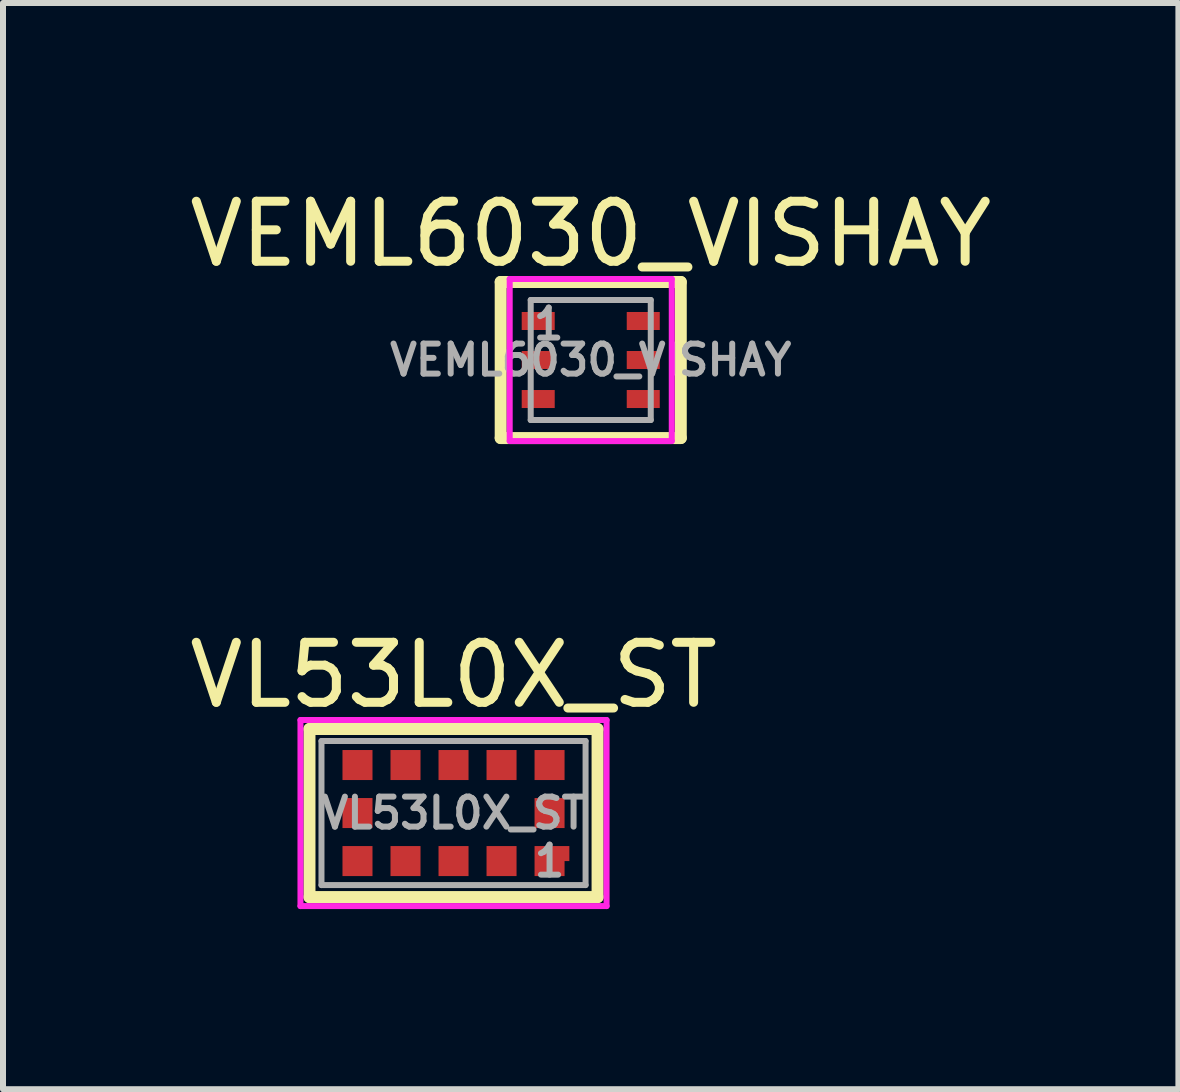
<source format=kicad_pcb>
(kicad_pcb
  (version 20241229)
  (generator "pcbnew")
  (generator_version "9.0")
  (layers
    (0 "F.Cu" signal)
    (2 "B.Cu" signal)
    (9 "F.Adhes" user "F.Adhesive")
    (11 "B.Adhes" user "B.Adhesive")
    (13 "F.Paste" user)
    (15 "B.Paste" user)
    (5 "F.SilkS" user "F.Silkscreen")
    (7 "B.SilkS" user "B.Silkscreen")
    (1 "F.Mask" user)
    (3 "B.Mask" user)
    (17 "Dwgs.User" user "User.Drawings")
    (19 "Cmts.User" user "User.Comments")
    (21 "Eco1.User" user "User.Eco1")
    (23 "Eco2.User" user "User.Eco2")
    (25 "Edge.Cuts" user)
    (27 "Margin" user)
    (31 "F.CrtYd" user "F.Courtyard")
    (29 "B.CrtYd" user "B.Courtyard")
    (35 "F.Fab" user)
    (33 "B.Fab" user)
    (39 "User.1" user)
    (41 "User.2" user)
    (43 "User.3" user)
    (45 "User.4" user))
  (footprint "VEML6030_VISHAY"
    (layer "F.Cu")
    (at 6.792 2.948)
    (property "Reference" "VEML6030_VISHAY" (at 0 0 0) (layer "F.Fab") (effects (font (size 0.5 0.5) (thickness 0.1))))
    (attr through_hole)
    (fp_line (start -1.5 -1.3) (end 1.5 -1.3) (stroke (width 0.2) (type solid)) (layer "F.SilkS"))
    (fp_line (start -1.5 1.3) (end -1.5 -1.3) (stroke (width 0.2) (type solid)) (layer "F.SilkS"))
    (fp_line (start 1.5 -1.3) (end 1.5 1.3) (stroke (width 0.2) (type solid)) (layer "F.SilkS"))
    (fp_line (start 1.5 1.3) (end -1.5 1.3) (stroke (width 0.2) (type solid)) (layer "F.SilkS"))
    (fp_line (start -1.35 -1.35) (end 1.35 -1.35) (stroke (width 0.1) (type solid)) (layer "F.CrtYd"))
    (fp_line (start -1.35 1.35) (end -1.35 -1.35) (stroke (width 0.1) (type solid)) (layer "F.CrtYd"))
    (fp_line (start 1.35 -1.35) (end 1.35 1.35) (stroke (width 0.1) (type solid)) (layer "F.CrtYd"))
    (fp_line (start 1.35 1.35) (end -1.35 1.35) (stroke (width 0.1) (type solid)) (layer "F.CrtYd"))
    (fp_line (start -1 -1) (end 1 -1) (stroke (width 0.1) (type solid)) (layer "F.Fab"))
    (fp_line (start -1 1) (end -1 -1) (stroke (width 0.1) (type solid)) (layer "F.Fab"))
    (fp_line (start 1 -1) (end 1 1) (stroke (width 0.1) (type solid)) (layer "F.Fab"))
    (fp_line (start 1 1) (end -1 1) (stroke (width 0.1) (type solid)) (layer "F.Fab"))
    (fp_text user "${REFERENCE}" (at 0 -2.1 0) (layer "F.SilkS") (effects (font (size 1 1) (thickness 0.15))))
    (fp_text user "1" (at -0.7 -0.6 0) (layer "F.Fab") (effects (font (size 0.5 0.5) (thickness 0.1))))
    (pad "1" smd rect (at -0.875 -0.65) (size 0.55 0.3) (layers "F.Cu" "F.Mask" "F.Paste"))
    (pad "2" smd rect (at -0.875 0) (size 0.55 0.3) (layers "F.Cu" "F.Mask" "F.Paste"))
    (pad "3" smd rect (at -0.875 0.65) (size 0.55 0.3) (layers "F.Cu" "F.Mask" "F.Paste"))
    (pad "4" smd rect (at 0.875 0.65) (size 0.55 0.3) (layers "F.Cu" "F.Mask" "F.Paste"))
    (pad "5" smd rect (at 0.875 0) (size 0.55 0.3) (layers "F.Cu" "F.Mask" "F.Paste"))
    (pad "6" smd rect (at 0.875 -0.65) (size 0.55 0.3) (layers "F.Cu" "F.Mask" "F.Paste")))
  (footprint "VL53L0X_ST"
    (layer "F.Cu")
    (at 4.506 10.496)
    (property "Reference" "VL53L0X_ST" (at 0 0 0) (layer "F.Fab") (effects (font (size 0.5 0.5) (thickness 0.1))))
    (attr through_hole)
    (fp_line (start -2.4 -1.4) (end 2.4 -1.4) (stroke (width 0.2) (type solid)) (layer "F.SilkS"))
    (fp_line (start -2.4 1.4) (end -2.4 -1.4) (stroke (width 0.2) (type solid)) (layer "F.SilkS"))
    (fp_line (start 2.4 -1.4) (end 2.4 1.4) (stroke (width 0.2) (type solid)) (layer "F.SilkS"))
    (fp_line (start 2.4 1.4) (end -2.4 1.4) (stroke (width 0.2) (type solid)) (layer "F.SilkS"))
    (fp_line (start -2.55 -1.55) (end 2.55 -1.55) (stroke (width 0.1) (type solid)) (layer "F.CrtYd"))
    (fp_line (start -2.55 1.55) (end -2.55 -1.55) (stroke (width 0.1) (type solid)) (layer "F.CrtYd"))
    (fp_line (start 2.55 -1.55) (end 2.55 1.55) (stroke (width 0.1) (type solid)) (layer "F.CrtYd"))
    (fp_line (start 2.55 1.55) (end -2.55 1.55) (stroke (width 0.1) (type solid)) (layer "F.CrtYd"))
    (fp_line (start -2.2 -1.2) (end 2.2 -1.2) (stroke (width 0.1) (type solid)) (layer "F.Fab"))
    (fp_line (start -2.2 1.2) (end -2.2 -1.2) (stroke (width 0.1) (type solid)) (layer "F.Fab"))
    (fp_line (start 2.2 -1.2) (end 2.2 1.2) (stroke (width 0.1) (type solid)) (layer "F.Fab"))
    (fp_line (start 2.2 1.2) (end -2.2 1.2) (stroke (width 0.1) (type solid)) (layer "F.Fab"))
    (fp_text user "${REFERENCE}" (at 0 -2.3 0) (layer "F.SilkS") (effects (font (size 1 1) (thickness 0.15))))
    (fp_text user "1" (at 1.6 0.8 0) (layer "F.Fab") (effects (font (size 0.5 0.5) (thickness 0.1))))
    (pad "1" smd custom (at 1.6 0.8) (size 0.5 0.5) (layers "F.Cu" "F.Mask" "F.Paste") (options (anchor rect)) (primitives (gr_poly (pts (xy 0.25 -0.25) (xy 0.33 -0.25) (xy 0.33 0) (xy 0.25 0)) (width 0) (fill yes))))
    (pad "2" smd rect (at 0.8 0.8) (size 0.5 0.5) (layers "F.Cu" "F.Mask" "F.Paste"))
    (pad "3" smd rect (at 0 0.8) (size 0.5 0.5) (layers "F.Cu" "F.Mask" "F.Paste"))
    (pad "4" smd rect (at -0.8 0.8) (size 0.5 0.5) (layers "F.Cu" "F.Mask" "F.Paste"))
    (pad "5" smd rect (at -1.6 0.8) (size 0.5 0.5) (layers "F.Cu" "F.Mask" "F.Paste"))
    (pad "6" smd rect (at -1.6 0) (size 0.5 0.5) (layers "F.Cu" "F.Mask" "F.Paste"))
    (pad "7" smd rect (at -1.6 -0.8) (size 0.5 0.5) (layers "F.Cu" "F.Mask" "F.Paste"))
    (pad "8" smd rect (at -0.8 -0.8) (size 0.5 0.5) (layers "F.Cu" "F.Mask" "F.Paste"))
    (pad "9" smd rect (at 0 -0.8) (size 0.5 0.5) (layers "F.Cu" "F.Mask" "F.Paste"))
    (pad "10" smd rect (at 0.8 -0.8) (size 0.5 0.5) (layers "F.Cu" "F.Mask" "F.Paste"))
    (pad "11" smd rect (at 1.6 -0.8) (size 0.5 0.5) (layers "F.Cu" "F.Mask" "F.Paste"))
    (pad "12" smd rect (at 1.6 0) (size 0.5 0.5) (layers "F.Cu" "F.Mask" "F.Paste")))
  (gr_rect
    (start -3 -3)
    (end 16.583 15.097)
    (stroke (width 0.1) (type default))
    (fill no)
    (layer "Edge.Cuts")))
</source>
